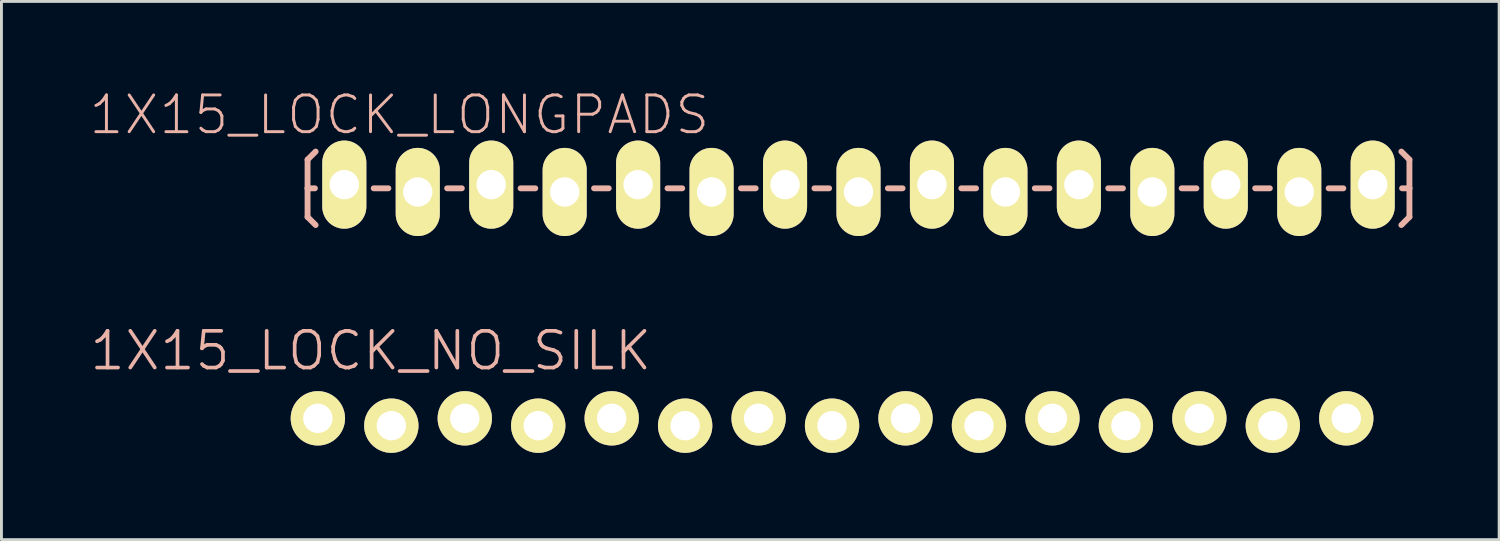
<source format=kicad_pcb>
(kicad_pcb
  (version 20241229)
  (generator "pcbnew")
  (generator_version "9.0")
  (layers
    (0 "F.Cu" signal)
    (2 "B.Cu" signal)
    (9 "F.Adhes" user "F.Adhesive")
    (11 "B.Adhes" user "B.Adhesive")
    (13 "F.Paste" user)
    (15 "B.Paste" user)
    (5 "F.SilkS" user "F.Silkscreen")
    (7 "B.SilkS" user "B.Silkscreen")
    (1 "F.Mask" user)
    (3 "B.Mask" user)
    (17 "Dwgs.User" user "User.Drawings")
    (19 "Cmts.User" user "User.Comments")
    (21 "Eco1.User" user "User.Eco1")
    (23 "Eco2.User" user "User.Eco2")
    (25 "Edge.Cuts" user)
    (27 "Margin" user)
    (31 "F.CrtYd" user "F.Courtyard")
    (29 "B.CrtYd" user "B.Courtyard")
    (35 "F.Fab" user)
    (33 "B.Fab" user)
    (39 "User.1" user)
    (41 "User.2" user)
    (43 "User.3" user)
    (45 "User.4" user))
  (footprint "1X15_LOCK_NO_SILK"
    (layer "F.Cu")
    (at 7.941 11.542)
    (property "Reference" "1X15_LOCK_NO_SILK" (at 1.829 -2.464 0) (layer "B.SilkS") (effects (font (size 1.27 1.27) (thickness 0.127))))
    (attr exclude_from_pos_files exclude_from_bom)
    (fp_line (start -0.254 -0.254) (end 0.254 -0.254) (stroke (width 0.066) (type solid)) (layer "F.SilkS"))
    (fp_line (start -0.254 0.254) (end -0.254 -0.254) (stroke (width 0.066) (type solid)) (layer "F.SilkS"))
    (fp_line (start -0.254 0.254) (end 0.254 0.254) (stroke (width 0.066) (type solid)) (layer "F.SilkS"))
    (fp_line (start 0.254 0.254) (end 0.254 -0.254) (stroke (width 0.066) (type solid)) (layer "F.SilkS"))
    (fp_line (start 2.286 -0.254) (end 2.794 -0.254) (stroke (width 0.066) (type solid)) (layer "F.SilkS"))
    (fp_line (start 2.286 0.254) (end 2.286 -0.254) (stroke (width 0.066) (type solid)) (layer "F.SilkS"))
    (fp_line (start 2.286 0.254) (end 2.794 0.254) (stroke (width 0.066) (type solid)) (layer "F.SilkS"))
    (fp_line (start 2.794 0.254) (end 2.794 -0.254) (stroke (width 0.066) (type solid)) (layer "F.SilkS"))
    (fp_line (start 4.826 -0.254) (end 5.334 -0.254) (stroke (width 0.066) (type solid)) (layer "F.SilkS"))
    (fp_line (start 4.826 0.254) (end 4.826 -0.254) (stroke (width 0.066) (type solid)) (layer "F.SilkS"))
    (fp_line (start 4.826 0.254) (end 5.334 0.254) (stroke (width 0.066) (type solid)) (layer "F.SilkS"))
    (fp_line (start 5.334 0.254) (end 5.334 -0.254) (stroke (width 0.066) (type solid)) (layer "F.SilkS"))
    (fp_line (start 7.366 -0.254) (end 7.874 -0.254) (stroke (width 0.066) (type solid)) (layer "F.SilkS"))
    (fp_line (start 7.366 0.254) (end 7.366 -0.254) (stroke (width 0.066) (type solid)) (layer "F.SilkS"))
    (fp_line (start 7.366 0.254) (end 7.874 0.254) (stroke (width 0.066) (type solid)) (layer "F.SilkS"))
    (fp_line (start 7.874 0.254) (end 7.874 -0.254) (stroke (width 0.066) (type solid)) (layer "F.SilkS"))
    (fp_line (start 9.906 -0.254) (end 10.414 -0.254) (stroke (width 0.066) (type solid)) (layer "F.SilkS"))
    (fp_line (start 9.906 0.254) (end 9.906 -0.254) (stroke (width 0.066) (type solid)) (layer "F.SilkS"))
    (fp_line (start 9.906 0.254) (end 10.414 0.254) (stroke (width 0.066) (type solid)) (layer "F.SilkS"))
    (fp_line (start 10.414 0.254) (end 10.414 -0.254) (stroke (width 0.066) (type solid)) (layer "F.SilkS"))
    (fp_line (start 12.446 -0.254) (end 12.954 -0.254) (stroke (width 0.066) (type solid)) (layer "F.SilkS"))
    (fp_line (start 12.446 0.254) (end 12.446 -0.254) (stroke (width 0.066) (type solid)) (layer "F.SilkS"))
    (fp_line (start 12.446 0.254) (end 12.954 0.254) (stroke (width 0.066) (type solid)) (layer "F.SilkS"))
    (fp_line (start 12.954 0.254) (end 12.954 -0.254) (stroke (width 0.066) (type solid)) (layer "F.SilkS"))
    (fp_line (start 14.986 -0.254) (end 15.494 -0.254) (stroke (width 0.066) (type solid)) (layer "F.SilkS"))
    (fp_line (start 14.986 0.254) (end 14.986 -0.254) (stroke (width 0.066) (type solid)) (layer "F.SilkS"))
    (fp_line (start 14.986 0.254) (end 15.494 0.254) (stroke (width 0.066) (type solid)) (layer "F.SilkS"))
    (fp_line (start 15.494 0.254) (end 15.494 -0.254) (stroke (width 0.066) (type solid)) (layer "F.SilkS"))
    (fp_line (start 17.523 -0.254) (end 18.034 -0.254) (stroke (width 0.066) (type solid)) (layer "F.SilkS"))
    (fp_line (start 17.523 0.254) (end 17.523 -0.254) (stroke (width 0.066) (type solid)) (layer "F.SilkS"))
    (fp_line (start 17.523 0.254) (end 18.034 0.254) (stroke (width 0.066) (type solid)) (layer "F.SilkS"))
    (fp_line (start 18.034 0.254) (end 18.034 -0.254) (stroke (width 0.066) (type solid)) (layer "F.SilkS"))
    (fp_line (start 20.066 -0.254) (end 20.574 -0.254) (stroke (width 0.066) (type solid)) (layer "F.SilkS"))
    (fp_line (start 20.066 0.254) (end 20.066 -0.254) (stroke (width 0.066) (type solid)) (layer "F.SilkS"))
    (fp_line (start 20.066 0.254) (end 20.574 0.254) (stroke (width 0.066) (type solid)) (layer "F.SilkS"))
    (fp_line (start 20.574 0.254) (end 20.574 -0.254) (stroke (width 0.066) (type solid)) (layer "F.SilkS"))
    (fp_line (start 22.606 -0.254) (end 23.114 -0.254) (stroke (width 0.066) (type solid)) (layer "F.SilkS"))
    (fp_line (start 22.606 0.254) (end 22.606 -0.254) (stroke (width 0.066) (type solid)) (layer "F.SilkS"))
    (fp_line (start 22.606 0.254) (end 23.114 0.254) (stroke (width 0.066) (type solid)) (layer "F.SilkS"))
    (fp_line (start 23.114 0.254) (end 23.114 -0.254) (stroke (width 0.066) (type solid)) (layer "F.SilkS"))
    (fp_line (start 25.146 -0.254) (end 25.654 -0.254) (stroke (width 0.066) (type solid)) (layer "F.SilkS"))
    (fp_line (start 25.146 0.254) (end 25.146 -0.254) (stroke (width 0.066) (type solid)) (layer "F.SilkS"))
    (fp_line (start 25.146 0.254) (end 25.654 0.254) (stroke (width 0.066) (type solid)) (layer "F.SilkS"))
    (fp_line (start 25.654 0.254) (end 25.654 -0.254) (stroke (width 0.066) (type solid)) (layer "F.SilkS"))
    (fp_line (start 27.686 -0.254) (end 28.194 -0.254) (stroke (width 0.066) (type solid)) (layer "F.SilkS"))
    (fp_line (start 27.686 0.254) (end 27.686 -0.254) (stroke (width 0.066) (type solid)) (layer "F.SilkS"))
    (fp_line (start 27.686 0.254) (end 28.194 0.254) (stroke (width 0.066) (type solid)) (layer "F.SilkS"))
    (fp_line (start 28.194 0.254) (end 28.194 -0.254) (stroke (width 0.066) (type solid)) (layer "F.SilkS"))
    (fp_line (start 30.226 -0.254) (end 30.734 -0.254) (stroke (width 0.066) (type solid)) (layer "F.SilkS"))
    (fp_line (start 30.226 0.254) (end 30.226 -0.254) (stroke (width 0.066) (type solid)) (layer "F.SilkS"))
    (fp_line (start 30.226 0.254) (end 30.734 0.254) (stroke (width 0.066) (type solid)) (layer "F.SilkS"))
    (fp_line (start 30.734 0.254) (end 30.734 -0.254) (stroke (width 0.066) (type solid)) (layer "F.SilkS"))
    (fp_line (start 32.766 -0.254) (end 33.274 -0.254) (stroke (width 0.066) (type solid)) (layer "F.SilkS"))
    (fp_line (start 32.766 0.254) (end 32.766 -0.254) (stroke (width 0.066) (type solid)) (layer "F.SilkS"))
    (fp_line (start 32.766 0.254) (end 33.274 0.254) (stroke (width 0.066) (type solid)) (layer "F.SilkS"))
    (fp_line (start 33.274 0.254) (end 33.274 -0.254) (stroke (width 0.066) (type solid)) (layer "F.SilkS"))
    (fp_line (start 35.303 -0.254) (end 35.814 -0.254) (stroke (width 0.066) (type solid)) (layer "F.SilkS"))
    (fp_line (start 35.303 0.254) (end 35.303 -0.254) (stroke (width 0.066) (type solid)) (layer "F.SilkS"))
    (fp_line (start 35.303 0.254) (end 35.814 0.254) (stroke (width 0.066) (type solid)) (layer "F.SilkS"))
    (fp_line (start 35.814 0.254) (end 35.814 -0.254) (stroke (width 0.066) (type solid)) (layer "F.SilkS"))
    (pad "1" thru_hole circle (at 0 -0.127) (size 1.88 1.88) (drill 1.016) (layers "*.Cu" "F.Mask" "F.SilkS" "F.Paste"))
    (pad "2" thru_hole circle (at 2.54 0.127) (size 1.88 1.88) (drill 1.016) (layers "*.Cu" "F.Mask" "F.SilkS" "F.Paste"))
    (pad "3" thru_hole circle (at 5.08 -0.127) (size 1.88 1.88) (drill 1.016) (layers "*.Cu" "F.Mask" "F.SilkS" "F.Paste"))
    (pad "4" thru_hole circle (at 7.62 0.127) (size 1.88 1.88) (drill 1.016) (layers "*.Cu" "F.Mask" "F.SilkS" "F.Paste"))
    (pad "5" thru_hole circle (at 10.16 -0.127) (size 1.88 1.88) (drill 1.016) (layers "*.Cu" "F.Mask" "F.SilkS" "F.Paste"))
    (pad "6" thru_hole circle (at 12.7 0.127) (size 1.88 1.88) (drill 1.016) (layers "*.Cu" "F.Mask" "F.SilkS" "F.Paste"))
    (pad "7" thru_hole circle (at 15.24 -0.127) (size 1.88 1.88) (drill 1.016) (layers "*.Cu" "F.Mask" "F.SilkS" "F.Paste"))
    (pad "8" thru_hole circle (at 17.78 0.127) (size 1.88 1.88) (drill 1.016) (layers "*.Cu" "F.Mask" "F.SilkS" "F.Paste"))
    (pad "9" thru_hole circle (at 20.32 -0.127) (size 1.88 1.88) (drill 1.016) (layers "*.Cu" "F.Mask" "F.SilkS" "F.Paste"))
    (pad "10" thru_hole circle (at 22.86 0.127) (size 1.88 1.88) (drill 1.016) (layers "*.Cu" "F.Mask" "F.SilkS" "F.Paste"))
    (pad "11" thru_hole circle (at 25.4 -0.127) (size 1.88 1.88) (drill 1.016) (layers "*.Cu" "F.Mask" "F.SilkS" "F.Paste"))
    (pad "12" thru_hole circle (at 27.94 0.127) (size 1.88 1.88) (drill 1.016) (layers "*.Cu" "F.Mask" "F.SilkS" "F.Paste"))
    (pad "13" thru_hole circle (at 30.48 -0.127) (size 1.88 1.88) (drill 1.016) (layers "*.Cu" "F.Mask" "F.SilkS" "F.Paste"))
    (pad "14" thru_hole circle (at 33.02 0.127) (size 1.88 1.88) (drill 1.016) (layers "*.Cu" "F.Mask" "F.SilkS" "F.Paste"))
    (pad "15" thru_hole circle (at 35.56 -0.127) (size 1.88 1.88) (drill 1.016) (layers "*.Cu" "F.Mask" "F.SilkS" "F.Paste")))
  (footprint "1X15_LOCK_LONGPADS"
    (layer "F.Cu")
    (at 8.855 3.461)
    (property "Reference" "1X15_LOCK_LONGPADS" (at 1.905 -2.54 0) (layer "B.SilkS") (effects (font (size 1.27 1.27) (thickness 0.102))))
    (attr exclude_from_pos_files exclude_from_bom)
    (fp_line (start -0.292 -0.292) (end 0.292 -0.292) (stroke (width 0.066) (type solid)) (layer "F.SilkS"))
    (fp_line (start -0.292 0.292) (end -0.292 -0.292) (stroke (width 0.066) (type solid)) (layer "F.SilkS"))
    (fp_line (start -0.292 0.292) (end 0.292 0.292) (stroke (width 0.066) (type solid)) (layer "F.SilkS"))
    (fp_line (start 0.292 0.292) (end 0.292 -0.292) (stroke (width 0.066) (type solid)) (layer "F.SilkS"))
    (fp_line (start 2.248 -0.292) (end 2.832 -0.292) (stroke (width 0.066) (type solid)) (layer "F.SilkS"))
    (fp_line (start 2.248 0.292) (end 2.248 -0.292) (stroke (width 0.066) (type solid)) (layer "F.SilkS"))
    (fp_line (start 2.248 0.292) (end 2.832 0.292) (stroke (width 0.066) (type solid)) (layer "F.SilkS"))
    (fp_line (start 2.832 0.292) (end 2.832 -0.292) (stroke (width 0.066) (type solid)) (layer "F.SilkS"))
    (fp_line (start 4.788 -0.292) (end 5.372 -0.292) (stroke (width 0.066) (type solid)) (layer "F.SilkS"))
    (fp_line (start 4.788 0.292) (end 4.788 -0.292) (stroke (width 0.066) (type solid)) (layer "F.SilkS"))
    (fp_line (start 4.788 0.292) (end 5.372 0.292) (stroke (width 0.066) (type solid)) (layer "F.SilkS"))
    (fp_line (start 5.372 0.292) (end 5.372 -0.292) (stroke (width 0.066) (type solid)) (layer "F.SilkS"))
    (fp_line (start 7.328 -0.292) (end 7.912 -0.292) (stroke (width 0.066) (type solid)) (layer "F.SilkS"))
    (fp_line (start 7.328 0.292) (end 7.328 -0.292) (stroke (width 0.066) (type solid)) (layer "F.SilkS"))
    (fp_line (start 7.328 0.292) (end 7.912 0.292) (stroke (width 0.066) (type solid)) (layer "F.SilkS"))
    (fp_line (start 7.912 0.292) (end 7.912 -0.292) (stroke (width 0.066) (type solid)) (layer "F.SilkS"))
    (fp_line (start 9.868 -0.292) (end 10.452 -0.292) (stroke (width 0.066) (type solid)) (layer "F.SilkS"))
    (fp_line (start 9.868 0.292) (end 9.868 -0.292) (stroke (width 0.066) (type solid)) (layer "F.SilkS"))
    (fp_line (start 9.868 0.292) (end 10.452 0.292) (stroke (width 0.066) (type solid)) (layer "F.SilkS"))
    (fp_line (start 10.452 0.292) (end 10.452 -0.292) (stroke (width 0.066) (type solid)) (layer "F.SilkS"))
    (fp_line (start 12.408 -0.292) (end 12.992 -0.292) (stroke (width 0.066) (type solid)) (layer "F.SilkS"))
    (fp_line (start 12.408 0.292) (end 12.408 -0.292) (stroke (width 0.066) (type solid)) (layer "F.SilkS"))
    (fp_line (start 12.408 0.292) (end 12.992 0.292) (stroke (width 0.066) (type solid)) (layer "F.SilkS"))
    (fp_line (start 12.992 0.292) (end 12.992 -0.292) (stroke (width 0.066) (type solid)) (layer "F.SilkS"))
    (fp_line (start 14.948 -0.292) (end 15.532 -0.292) (stroke (width 0.066) (type solid)) (layer "F.SilkS"))
    (fp_line (start 14.948 0.292) (end 14.948 -0.292) (stroke (width 0.066) (type solid)) (layer "F.SilkS"))
    (fp_line (start 14.948 0.292) (end 15.532 0.292) (stroke (width 0.066) (type solid)) (layer "F.SilkS"))
    (fp_line (start 15.532 0.292) (end 15.532 -0.292) (stroke (width 0.066) (type solid)) (layer "F.SilkS"))
    (fp_line (start 17.488 -0.292) (end 18.072 -0.292) (stroke (width 0.066) (type solid)) (layer "F.SilkS"))
    (fp_line (start 17.488 0.292) (end 17.488 -0.292) (stroke (width 0.066) (type solid)) (layer "F.SilkS"))
    (fp_line (start 17.488 0.292) (end 18.072 0.292) (stroke (width 0.066) (type solid)) (layer "F.SilkS"))
    (fp_line (start 18.072 0.292) (end 18.072 -0.292) (stroke (width 0.066) (type solid)) (layer "F.SilkS"))
    (fp_line (start 20.028 -0.292) (end 20.612 -0.292) (stroke (width 0.066) (type solid)) (layer "F.SilkS"))
    (fp_line (start 20.028 0.292) (end 20.028 -0.292) (stroke (width 0.066) (type solid)) (layer "F.SilkS"))
    (fp_line (start 20.028 0.292) (end 20.612 0.292) (stroke (width 0.066) (type solid)) (layer "F.SilkS"))
    (fp_line (start 20.612 0.292) (end 20.612 -0.292) (stroke (width 0.066) (type solid)) (layer "F.SilkS"))
    (fp_line (start 22.568 -0.292) (end 23.152 -0.292) (stroke (width 0.066) (type solid)) (layer "F.SilkS"))
    (fp_line (start 22.568 0.292) (end 22.568 -0.292) (stroke (width 0.066) (type solid)) (layer "F.SilkS"))
    (fp_line (start 22.568 0.292) (end 23.152 0.292) (stroke (width 0.066) (type solid)) (layer "F.SilkS"))
    (fp_line (start 23.152 0.292) (end 23.152 -0.292) (stroke (width 0.066) (type solid)) (layer "F.SilkS"))
    (fp_line (start 25.108 -0.292) (end 25.692 -0.292) (stroke (width 0.066) (type solid)) (layer "F.SilkS"))
    (fp_line (start 25.108 0.292) (end 25.108 -0.292) (stroke (width 0.066) (type solid)) (layer "F.SilkS"))
    (fp_line (start 25.108 0.292) (end 25.692 0.292) (stroke (width 0.066) (type solid)) (layer "F.SilkS"))
    (fp_line (start 25.692 0.292) (end 25.692 -0.292) (stroke (width 0.066) (type solid)) (layer "F.SilkS"))
    (fp_line (start 27.648 -0.292) (end 28.232 -0.292) (stroke (width 0.066) (type solid)) (layer "F.SilkS"))
    (fp_line (start 27.648 0.292) (end 27.648 -0.292) (stroke (width 0.066) (type solid)) (layer "F.SilkS"))
    (fp_line (start 27.648 0.292) (end 28.232 0.292) (stroke (width 0.066) (type solid)) (layer "F.SilkS"))
    (fp_line (start 28.232 0.292) (end 28.232 -0.292) (stroke (width 0.066) (type solid)) (layer "F.SilkS"))
    (fp_line (start 30.185 -0.292) (end 30.772 -0.292) (stroke (width 0.066) (type solid)) (layer "F.SilkS"))
    (fp_line (start 30.185 0.292) (end 30.185 -0.292) (stroke (width 0.066) (type solid)) (layer "F.SilkS"))
    (fp_line (start 30.185 0.292) (end 30.772 0.292) (stroke (width 0.066) (type solid)) (layer "F.SilkS"))
    (fp_line (start 30.772 0.292) (end 30.772 -0.292) (stroke (width 0.066) (type solid)) (layer "F.SilkS"))
    (fp_line (start 32.728 -0.292) (end 33.312 -0.292) (stroke (width 0.066) (type solid)) (layer "F.SilkS"))
    (fp_line (start 32.728 0.292) (end 32.728 -0.292) (stroke (width 0.066) (type solid)) (layer "F.SilkS"))
    (fp_line (start 32.728 0.292) (end 33.312 0.292) (stroke (width 0.066) (type solid)) (layer "F.SilkS"))
    (fp_line (start 33.312 0.292) (end 33.312 -0.292) (stroke (width 0.066) (type solid)) (layer "F.SilkS"))
    (fp_line (start 35.268 -0.292) (end 35.852 -0.292) (stroke (width 0.066) (type solid)) (layer "F.SilkS"))
    (fp_line (start 35.268 0.292) (end 35.268 -0.292) (stroke (width 0.066) (type solid)) (layer "F.SilkS"))
    (fp_line (start 35.268 0.292) (end 35.852 0.292) (stroke (width 0.066) (type solid)) (layer "F.SilkS"))
    (fp_line (start 35.852 0.292) (end 35.852 -0.292) (stroke (width 0.066) (type solid)) (layer "F.SilkS"))
    (fp_line (start -1.27 -0.991) (end -0.991 -1.27) (stroke (width 0.203) (type solid)) (layer "B.SilkS"))
    (fp_line (start -1.27 0) (end -1.27 -0.991) (stroke (width 0.203) (type solid)) (layer "B.SilkS"))
    (fp_line (start -1.27 0) (end -1.27 0.991) (stroke (width 0.203) (type solid)) (layer "B.SilkS"))
    (fp_line (start -1.27 0) (end -1.016 0) (stroke (width 0.203) (type solid)) (layer "B.SilkS"))
    (fp_line (start -1.27 0.991) (end -0.991 1.27) (stroke (width 0.203) (type solid)) (layer "B.SilkS"))
    (fp_line (start 1.524 0) (end 1.016 0) (stroke (width 0.203) (type solid)) (layer "B.SilkS"))
    (fp_line (start 4.064 0) (end 3.556 0) (stroke (width 0.203) (type solid)) (layer "B.SilkS"))
    (fp_line (start 6.604 0) (end 6.096 0) (stroke (width 0.203) (type solid)) (layer "B.SilkS"))
    (fp_line (start 9.144 0) (end 8.636 0) (stroke (width 0.203) (type solid)) (layer "B.SilkS"))
    (fp_line (start 11.684 0) (end 11.176 0) (stroke (width 0.203) (type solid)) (layer "B.SilkS"))
    (fp_line (start 14.224 0) (end 13.716 0) (stroke (width 0.203) (type solid)) (layer "B.SilkS"))
    (fp_line (start 16.764 0) (end 16.256 0) (stroke (width 0.203) (type solid)) (layer "B.SilkS"))
    (fp_line (start 19.304 0) (end 18.796 0) (stroke (width 0.203) (type solid)) (layer "B.SilkS"))
    (fp_line (start 21.844 0) (end 21.336 0) (stroke (width 0.203) (type solid)) (layer "B.SilkS"))
    (fp_line (start 24.384 0) (end 23.876 0) (stroke (width 0.203) (type solid)) (layer "B.SilkS"))
    (fp_line (start 26.924 0) (end 26.416 0) (stroke (width 0.203) (type solid)) (layer "B.SilkS"))
    (fp_line (start 29.464 0) (end 28.953 0) (stroke (width 0.203) (type solid)) (layer "B.SilkS"))
    (fp_line (start 32.004 0) (end 31.496 0) (stroke (width 0.203) (type solid)) (layer "B.SilkS"))
    (fp_line (start 34.544 0) (end 34.036 0) (stroke (width 0.203) (type solid)) (layer "B.SilkS"))
    (fp_line (start 36.83 -0.991) (end 36.551 -1.27) (stroke (width 0.203) (type solid)) (layer "B.SilkS"))
    (fp_line (start 36.83 0) (end 36.576 0) (stroke (width 0.203) (type solid)) (layer "B.SilkS"))
    (fp_line (start 36.83 0) (end 36.83 -0.991) (stroke (width 0.203) (type solid)) (layer "B.SilkS"))
    (fp_line (start 36.83 0) (end 36.83 0.991) (stroke (width 0.203) (type solid)) (layer "B.SilkS"))
    (fp_line (start 36.83 0.991) (end 36.551 1.27) (stroke (width 0.203) (type solid)) (layer "B.SilkS"))
    (pad "1" thru_hole oval (at 0 -0.127 180) (size 1.524 3.048) (drill 1.016) (layers "*.Cu" "F.Mask" "F.SilkS" "F.Paste"))
    (pad "2" thru_hole oval (at 2.54 0.127 180) (size 1.524 3.048) (drill 1.016) (layers "*.Cu" "F.Mask" "F.SilkS" "F.Paste"))
    (pad "3" thru_hole oval (at 5.08 -0.127 180) (size 1.524 3.048) (drill 1.016) (layers "*.Cu" "F.Mask" "F.SilkS" "F.Paste"))
    (pad "4" thru_hole oval (at 7.62 0.127 180) (size 1.524 3.048) (drill 1.016) (layers "*.Cu" "F.Mask" "F.SilkS" "F.Paste"))
    (pad "5" thru_hole oval (at 10.16 -0.127 180) (size 1.524 3.048) (drill 1.016) (layers "*.Cu" "F.Mask" "F.SilkS" "F.Paste"))
    (pad "6" thru_hole oval (at 12.7 0.127 180) (size 1.524 3.048) (drill 1.016) (layers "*.Cu" "F.Mask" "F.SilkS" "F.Paste"))
    (pad "7" thru_hole oval (at 15.24 -0.127 180) (size 1.524 3.048) (drill 1.016) (layers "*.Cu" "F.Mask" "F.SilkS" "F.Paste"))
    (pad "8" thru_hole oval (at 17.78 0.127 180) (size 1.524 3.048) (drill 1.016) (layers "*.Cu" "F.Mask" "F.SilkS" "F.Paste"))
    (pad "9" thru_hole oval (at 20.32 -0.127 180) (size 1.524 3.048) (drill 1.016) (layers "*.Cu" "F.Mask" "F.SilkS" "F.Paste"))
    (pad "10" thru_hole oval (at 22.86 0.127 180) (size 1.524 3.048) (drill 1.016) (layers "*.Cu" "F.Mask" "F.SilkS" "F.Paste"))
    (pad "11" thru_hole oval (at 25.4 -0.127 180) (size 1.524 3.048) (drill 1.016) (layers "*.Cu" "F.Mask" "F.SilkS" "F.Paste"))
    (pad "12" thru_hole oval (at 27.94 0.127 180) (size 1.524 3.048) (drill 1.016) (layers "*.Cu" "F.Mask" "F.SilkS" "F.Paste"))
    (pad "13" thru_hole oval (at 30.48 -0.127 180) (size 1.524 3.048) (drill 1.016) (layers "*.Cu" "F.Mask" "F.SilkS" "F.Paste"))
    (pad "14" thru_hole oval (at 33.02 0.127 180) (size 1.524 3.048) (drill 1.016) (layers "*.Cu" "F.Mask" "F.SilkS" "F.Paste"))
    (pad "15" thru_hole oval (at 35.56 -0.127 180) (size 1.524 3.048) (drill 1.016) (layers "*.Cu" "F.Mask" "F.SilkS" "F.Paste")))
  (gr_rect
    (start -3 -3)
    (end 48.787 15.609)
    (stroke (width 0.1) (type default))
    (fill no)
    (layer "Edge.Cuts")))
</source>
